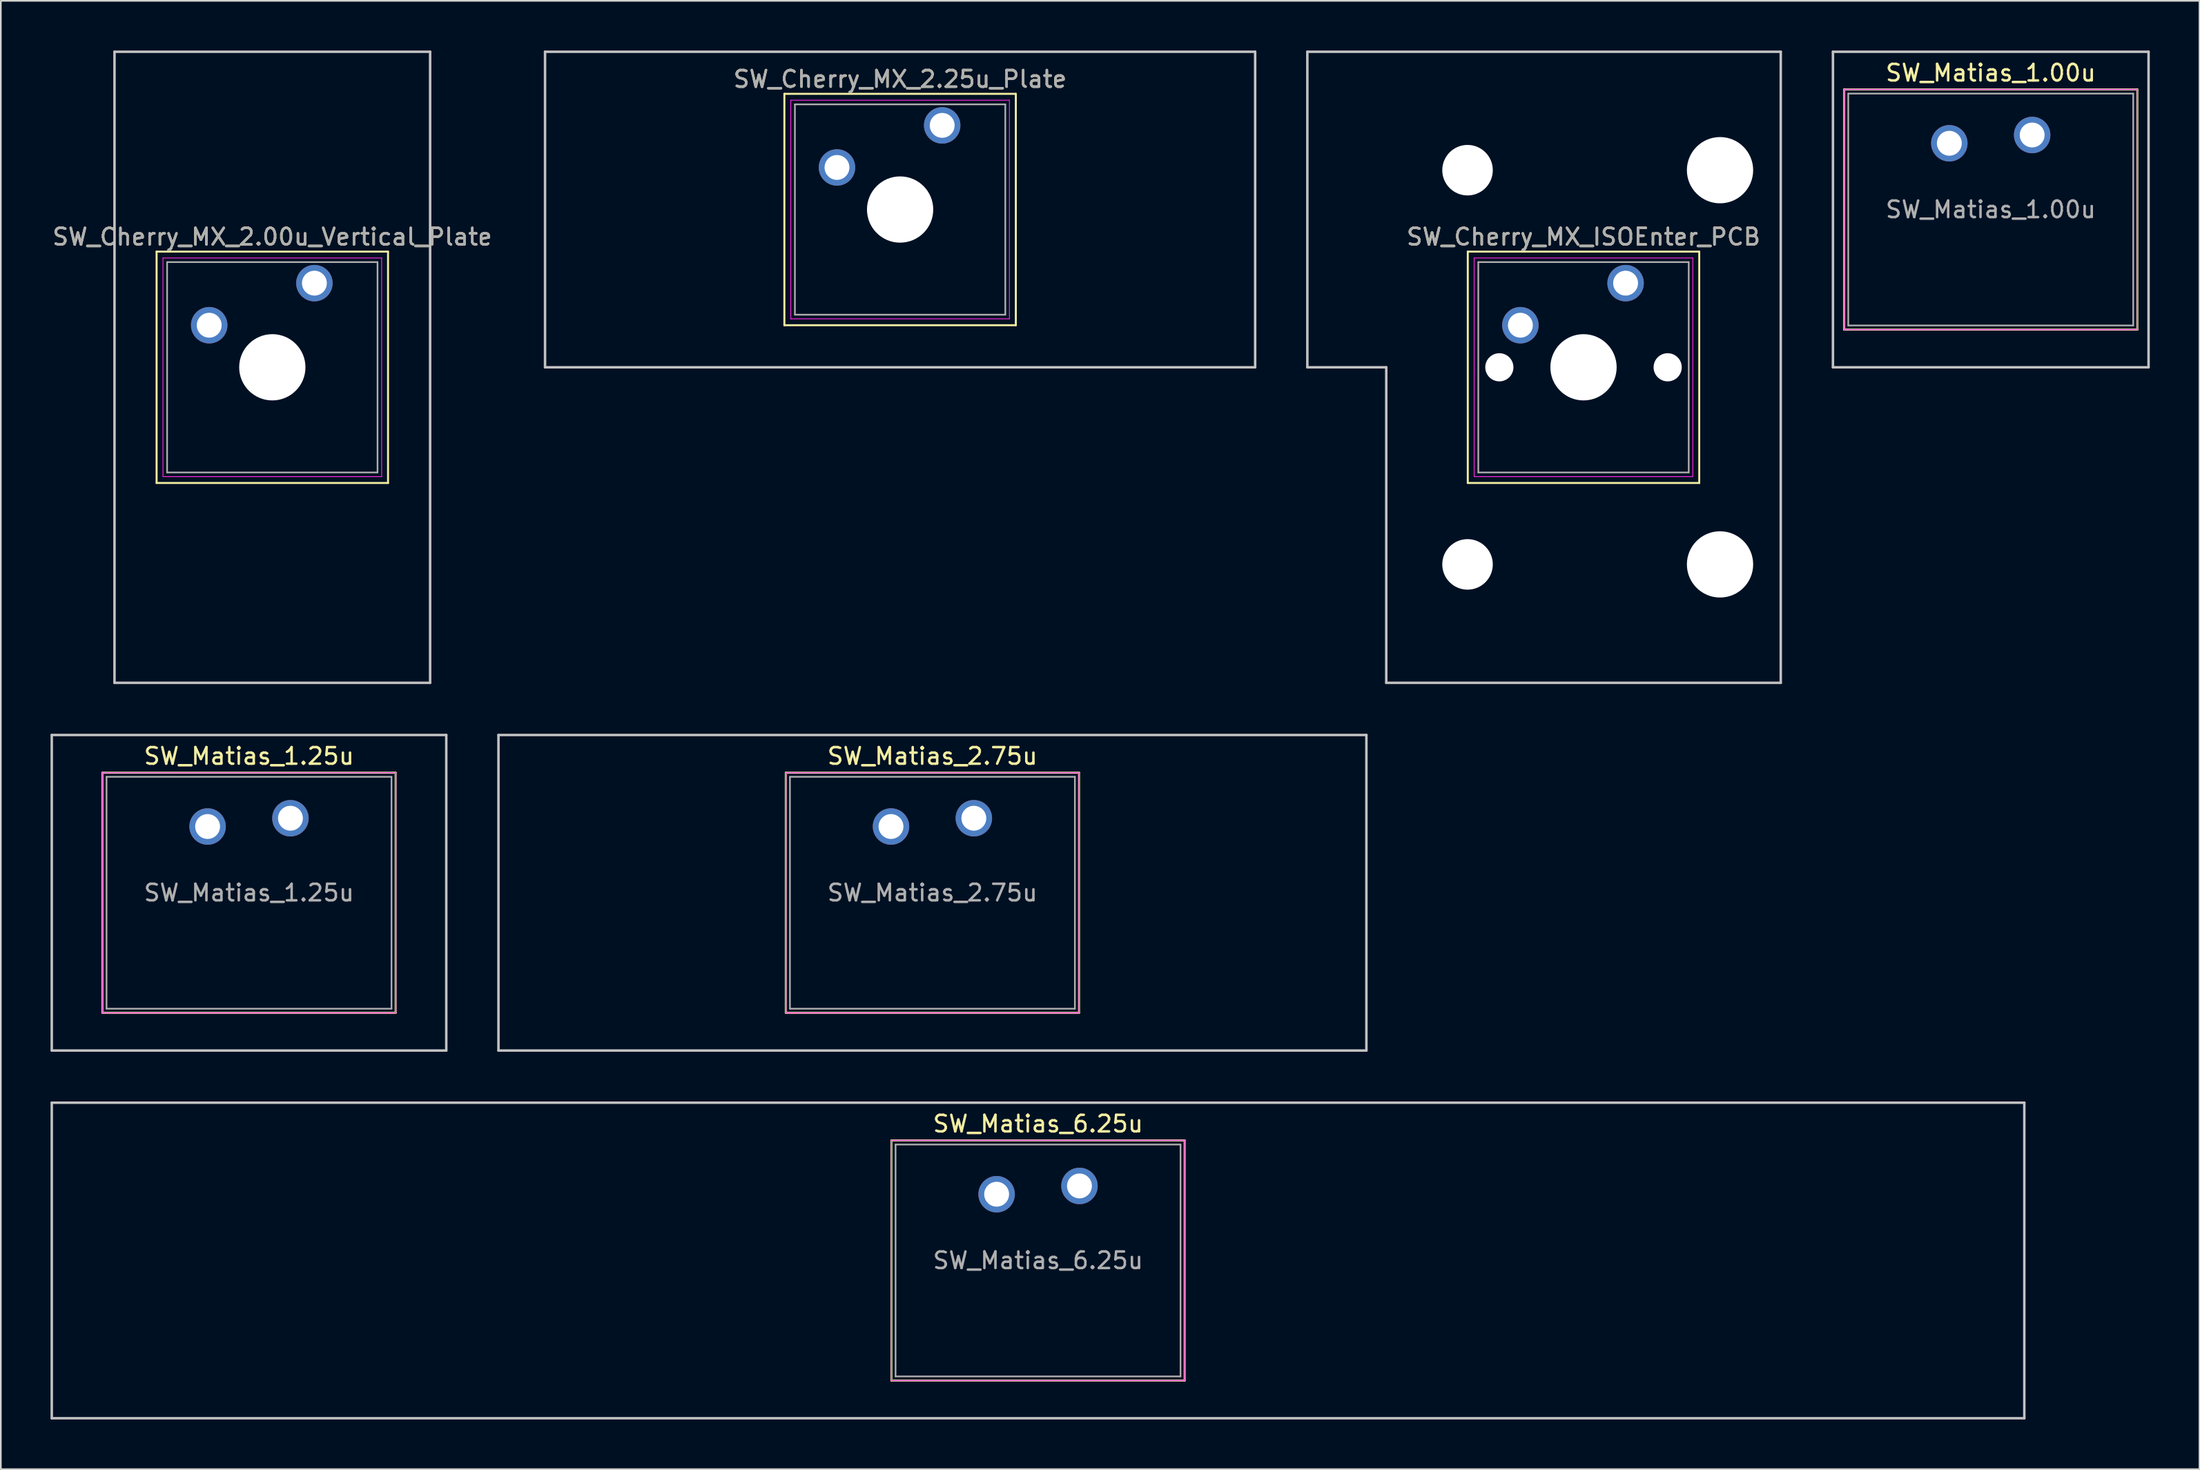
<source format=kicad_pcb>
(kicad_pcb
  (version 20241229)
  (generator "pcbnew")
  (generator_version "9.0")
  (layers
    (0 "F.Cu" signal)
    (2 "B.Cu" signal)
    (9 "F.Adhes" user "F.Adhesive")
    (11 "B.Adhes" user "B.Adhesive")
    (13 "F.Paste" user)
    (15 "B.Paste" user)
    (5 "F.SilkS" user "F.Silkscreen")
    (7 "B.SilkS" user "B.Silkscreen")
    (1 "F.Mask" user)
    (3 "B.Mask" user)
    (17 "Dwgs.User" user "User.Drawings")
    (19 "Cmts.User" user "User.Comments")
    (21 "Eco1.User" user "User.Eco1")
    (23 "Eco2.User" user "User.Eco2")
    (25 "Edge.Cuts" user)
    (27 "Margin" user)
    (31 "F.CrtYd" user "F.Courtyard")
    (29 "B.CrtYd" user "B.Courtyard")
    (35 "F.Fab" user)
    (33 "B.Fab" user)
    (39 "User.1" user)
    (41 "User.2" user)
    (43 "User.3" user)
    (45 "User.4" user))
  (footprint "SW_Cherry_MX_ISOEnter_PCB"
    (layer "F.Cu")
    (at 95.07 14.045)
    (property "Reference" "SW_Cherry_MX_ISOEnter_PCB" (at -2.54 -2.794 0) (layer "F.SilkS") (effects (font (size 1 1) (thickness 0.15))))
    (attr through_hole)
    (fp_line (start -9.525 -1.905) (end 4.445 -1.905) (stroke (width 0.12) (type solid)) (layer "F.SilkS"))
    (fp_line (start -9.525 12.065) (end -9.525 -1.905) (stroke (width 0.12) (type solid)) (layer "F.SilkS"))
    (fp_line (start 4.445 -1.905) (end 4.445 12.065) (stroke (width 0.12) (type solid)) (layer "F.SilkS"))
    (fp_line (start 4.445 12.065) (end -9.525 12.065) (stroke (width 0.12) (type solid)) (layer "F.SilkS"))
    (fp_line (start -19.209 -13.97) (end 9.366 -13.97) (stroke (width 0.15) (type solid)) (layer "Dwgs.User"))
    (fp_line (start -19.209 5.08) (end -19.209 -13.97) (stroke (width 0.15) (type solid)) (layer "Dwgs.User"))
    (fp_line (start -14.446 5.08) (end -19.209 5.08) (stroke (width 0.15) (type solid)) (layer "Dwgs.User"))
    (fp_line (start -14.446 24.13) (end -14.446 5.08) (stroke (width 0.15) (type solid)) (layer "Dwgs.User"))
    (fp_line (start 9.366 -13.97) (end 9.366 24.13) (stroke (width 0.15) (type solid)) (layer "Dwgs.User"))
    (fp_line (start 9.366 24.13) (end -14.446 24.13) (stroke (width 0.15) (type solid)) (layer "Dwgs.User"))
    (fp_line (start -9.14 -1.52) (end 4.06 -1.52) (stroke (width 0.05) (type solid)) (layer "F.CrtYd"))
    (fp_line (start -9.14 11.68) (end -9.14 -1.52) (stroke (width 0.05) (type solid)) (layer "F.CrtYd"))
    (fp_line (start 4.06 -1.52) (end 4.06 11.68) (stroke (width 0.05) (type solid)) (layer "F.CrtYd"))
    (fp_line (start 4.06 11.68) (end -9.14 11.68) (stroke (width 0.05) (type solid)) (layer "F.CrtYd"))
    (fp_line (start -8.89 -1.27) (end 3.81 -1.27) (stroke (width 0.1) (type solid)) (layer "F.Fab"))
    (fp_line (start -8.89 11.43) (end -8.89 -1.27) (stroke (width 0.1) (type solid)) (layer "F.Fab"))
    (fp_line (start 3.81 -1.27) (end 3.81 11.43) (stroke (width 0.1) (type solid)) (layer "F.Fab"))
    (fp_line (start 3.81 11.43) (end -8.89 11.43) (stroke (width 0.1) (type solid)) (layer "F.Fab"))
    (fp_text user "${REFERENCE}" (at -2.54 -2.794 0) (layer "F.Fab") (effects (font (size 1 1) (thickness 0.15))))
    (pad "" np_thru_hole circle (at -9.54 -6.82) (size 3.05 3.05) (drill 3.05) (layers "*.Cu" "*.Mask"))
    (pad "" np_thru_hole circle (at -9.54 16.98) (size 3.05 3.05) (drill 3.05) (layers "*.Cu" "*.Mask"))
    (pad "" np_thru_hole circle (at -7.62 5.08) (size 1.7 1.7) (drill 1.7) (layers "*.Cu" "*.Mask"))
    (pad "" np_thru_hole circle (at -2.54 5.08) (size 4 4) (drill 4) (layers "*.Cu" "*.Mask"))
    (pad "" np_thru_hole circle (at 2.54 5.08) (size 1.7 1.7) (drill 1.7) (layers "*.Cu" "*.Mask"))
    (pad "" np_thru_hole circle (at 5.7 -6.82) (size 4 4) (drill 4) (layers "*.Cu" "*.Mask"))
    (pad "" np_thru_hole circle (at 5.7 16.98) (size 4 4) (drill 4) (layers "*.Cu" "*.Mask"))
    (pad "1" thru_hole circle (at 0 0) (size 2.2 2.2) (drill 1.5) (layers "*.Cu" "*.Mask"))
    (pad "2" thru_hole circle (at -6.35 2.54) (size 2.2 2.2) (drill 1.5) (layers "*.Cu" "*.Mask")))
  (footprint "SW_Matias_1.25u"
    (layer "F.Cu")
    (at 14.481 46.35)
    (property "Reference" "SW_Matias_1.25u" (at -2.5 -3.75 0) (layer "F.SilkS") (effects (font (size 1 1) (thickness 0.15))))
    (attr through_hole)
    (fp_line (start -11.35 -2.75) (end 6.35 -2.75) (stroke (width 0.12) (type solid)) (layer "F.SilkS"))
    (fp_line (start -11.35 11.75) (end -11.35 -2.75) (stroke (width 0.12) (type solid)) (layer "F.SilkS"))
    (fp_line (start 6.35 -2.75) (end 6.35 11.75) (stroke (width 0.12) (type solid)) (layer "F.SilkS"))
    (fp_line (start 6.35 11.75) (end -11.35 11.75) (stroke (width 0.12) (type solid)) (layer "F.SilkS"))
    (fp_line (start -14.406 -5.025) (end 9.406 -5.025) (stroke (width 0.15) (type solid)) (layer "Dwgs.User"))
    (fp_line (start -14.406 14.025) (end -14.406 -5.025) (stroke (width 0.15) (type solid)) (layer "Dwgs.User"))
    (fp_line (start 9.406 -5.025) (end 9.406 14.025) (stroke (width 0.15) (type solid)) (layer "Dwgs.User"))
    (fp_line (start 9.406 14.025) (end -14.406 14.025) (stroke (width 0.15) (type solid)) (layer "Dwgs.User"))
    (fp_line (start -11.35 -2.75) (end -11.35 11.75) (stroke (width 0.05) (type solid)) (layer "F.CrtYd"))
    (fp_line (start -11.35 -2.75) (end 6.35 -2.75) (stroke (width 0.05) (type solid)) (layer "F.CrtYd"))
    (fp_line (start -11.35 11.75) (end 6.35 11.75) (stroke (width 0.05) (type solid)) (layer "F.CrtYd"))
    (fp_line (start 6.35 11.75) (end 6.35 -2.75) (stroke (width 0.05) (type solid)) (layer "F.CrtYd"))
    (fp_line (start -11.1 -2.5) (end 6.1 -2.5) (stroke (width 0.1) (type solid)) (layer "F.Fab"))
    (fp_line (start -11.1 11.5) (end -11.1 -2.5) (stroke (width 0.1) (type solid)) (layer "F.Fab"))
    (fp_line (start 6.1 -2.5) (end 6.1 11.5) (stroke (width 0.1) (type solid)) (layer "F.Fab"))
    (fp_line (start 6.1 11.5) (end -11.1 11.5) (stroke (width 0.1) (type solid)) (layer "F.Fab"))
    (fp_text user "${REFERENCE}" (at -2.5 4.5 0) (layer "F.Fab") (effects (font (size 1 1) (thickness 0.15))))
    (pad "1" thru_hole circle (at 0 0) (size 2.2 2.2) (drill 1.5) (layers "*.Cu" "*.Mask"))
    (pad "2" thru_hole circle (at -5 0.5) (size 2.2 2.2) (drill 1.5) (layers "*.Cu" "*.Mask")))
  (footprint "SW_Matias_6.25u"
    (layer "F.Cu")
    (at 62.106 68.55)
    (property "Reference" "SW_Matias_6.25u" (at -2.5 -3.75 0) (layer "F.SilkS") (effects (font (size 1 1) (thickness 0.15))))
    (attr through_hole)
    (fp_line (start -11.35 -2.75) (end 6.35 -2.75) (stroke (width 0.12) (type solid)) (layer "F.SilkS"))
    (fp_line (start -11.35 11.75) (end -11.35 -2.75) (stroke (width 0.12) (type solid)) (layer "F.SilkS"))
    (fp_line (start 6.35 -2.75) (end 6.35 11.75) (stroke (width 0.12) (type solid)) (layer "F.SilkS"))
    (fp_line (start 6.35 11.75) (end -11.35 11.75) (stroke (width 0.12) (type solid)) (layer "F.SilkS"))
    (fp_line (start -62.031 -5.025) (end 57.031 -5.025) (stroke (width 0.15) (type solid)) (layer "Dwgs.User"))
    (fp_line (start -62.031 14.025) (end -62.031 -5.025) (stroke (width 0.15) (type solid)) (layer "Dwgs.User"))
    (fp_line (start 57.031 -5.025) (end 57.031 14.025) (stroke (width 0.15) (type solid)) (layer "Dwgs.User"))
    (fp_line (start 57.031 14.025) (end -62.031 14.025) (stroke (width 0.15) (type solid)) (layer "Dwgs.User"))
    (fp_line (start -11.35 -2.75) (end -11.35 11.75) (stroke (width 0.05) (type solid)) (layer "F.CrtYd"))
    (fp_line (start -11.35 -2.75) (end 6.35 -2.75) (stroke (width 0.05) (type solid)) (layer "F.CrtYd"))
    (fp_line (start -11.35 11.75) (end 6.35 11.75) (stroke (width 0.05) (type solid)) (layer "F.CrtYd"))
    (fp_line (start 6.35 11.75) (end 6.35 -2.75) (stroke (width 0.05) (type solid)) (layer "F.CrtYd"))
    (fp_line (start -11.1 -2.5) (end 6.1 -2.5) (stroke (width 0.1) (type solid)) (layer "F.Fab"))
    (fp_line (start -11.1 11.5) (end -11.1 -2.5) (stroke (width 0.1) (type solid)) (layer "F.Fab"))
    (fp_line (start 6.1 -2.5) (end 6.1 11.5) (stroke (width 0.1) (type solid)) (layer "F.Fab"))
    (fp_line (start 6.1 11.5) (end -11.1 11.5) (stroke (width 0.1) (type solid)) (layer "F.Fab"))
    (fp_text user "${REFERENCE}" (at -2.5 4.5 0) (layer "F.Fab") (effects (font (size 1 1) (thickness 0.15))))
    (pad "1" thru_hole circle (at 0 0) (size 2.2 2.2) (drill 1.5) (layers "*.Cu" "*.Mask"))
    (pad "2" thru_hole circle (at -5 0.5) (size 2.2 2.2) (drill 1.5) (layers "*.Cu" "*.Mask")))
  (footprint "SW_Cherry_MX_2.00u_Vertical_Plate"
    (layer "F.Cu")
    (at 15.927 14.045)
    (property "Reference" "SW_Cherry_MX_2.00u_Vertical_Plate" (at -2.54 -2.794 0) (layer "F.SilkS") (effects (font (size 1 1) (thickness 0.15))))
    (attr through_hole)
    (fp_line (start -9.525 -1.905) (end 4.445 -1.905) (stroke (width 0.12) (type solid)) (layer "F.SilkS"))
    (fp_line (start -9.525 12.065) (end -9.525 -1.905) (stroke (width 0.12) (type solid)) (layer "F.SilkS"))
    (fp_line (start 4.445 -1.905) (end 4.445 12.065) (stroke (width 0.12) (type solid)) (layer "F.SilkS"))
    (fp_line (start 4.445 12.065) (end -9.525 12.065) (stroke (width 0.12) (type solid)) (layer "F.SilkS"))
    (fp_line (start -12.065 -13.97) (end 6.985 -13.97) (stroke (width 0.15) (type solid)) (layer "Dwgs.User"))
    (fp_line (start -12.065 24.13) (end -12.065 -13.97) (stroke (width 0.15) (type solid)) (layer "Dwgs.User"))
    (fp_line (start 6.985 -13.97) (end 6.985 24.13) (stroke (width 0.15) (type solid)) (layer "Dwgs.User"))
    (fp_line (start 6.985 24.13) (end -12.065 24.13) (stroke (width 0.15) (type solid)) (layer "Dwgs.User"))
    (fp_line (start -9.14 -1.52) (end 4.06 -1.52) (stroke (width 0.05) (type solid)) (layer "F.CrtYd"))
    (fp_line (start -9.14 11.68) (end -9.14 -1.52) (stroke (width 0.05) (type solid)) (layer "F.CrtYd"))
    (fp_line (start 4.06 -1.52) (end 4.06 11.68) (stroke (width 0.05) (type solid)) (layer "F.CrtYd"))
    (fp_line (start 4.06 11.68) (end -9.14 11.68) (stroke (width 0.05) (type solid)) (layer "F.CrtYd"))
    (fp_line (start -8.89 -1.27) (end 3.81 -1.27) (stroke (width 0.1) (type solid)) (layer "F.Fab"))
    (fp_line (start -8.89 11.43) (end -8.89 -1.27) (stroke (width 0.1) (type solid)) (layer "F.Fab"))
    (fp_line (start 3.81 -1.27) (end 3.81 11.43) (stroke (width 0.1) (type solid)) (layer "F.Fab"))
    (fp_line (start 3.81 11.43) (end -8.89 11.43) (stroke (width 0.1) (type solid)) (layer "F.Fab"))
    (fp_text user "${REFERENCE}" (at -2.54 -2.794 0) (layer "F.Fab") (effects (font (size 1 1) (thickness 0.15))))
    (pad "" np_thru_hole circle (at -2.54 5.08) (size 4 4) (drill 4) (layers "*.Cu" "*.Mask"))
    (pad "1" thru_hole circle (at 0 0) (size 2.2 2.2) (drill 1.5) (layers "*.Cu" "*.Mask"))
    (pad "2" thru_hole circle (at -6.35 2.54) (size 2.2 2.2) (drill 1.5) (layers "*.Cu" "*.Mask")))
  (footprint "SW_Cherry_MX_2.25u_Plate"
    (layer "F.Cu")
    (at 53.82 4.52)
    (property "Reference" "SW_Cherry_MX_2.25u_Plate" (at -2.54 -2.794 0) (layer "F.SilkS") (effects (font (size 1 1) (thickness 0.15))))
    (attr through_hole)
    (fp_line (start -9.525 -1.905) (end 4.445 -1.905) (stroke (width 0.12) (type solid)) (layer "F.SilkS"))
    (fp_line (start -9.525 12.065) (end -9.525 -1.905) (stroke (width 0.12) (type solid)) (layer "F.SilkS"))
    (fp_line (start 4.445 -1.905) (end 4.445 12.065) (stroke (width 0.12) (type solid)) (layer "F.SilkS"))
    (fp_line (start 4.445 12.065) (end -9.525 12.065) (stroke (width 0.12) (type solid)) (layer "F.SilkS"))
    (fp_line (start -23.971 -4.445) (end 18.891 -4.445) (stroke (width 0.15) (type solid)) (layer "Dwgs.User"))
    (fp_line (start -23.971 14.605) (end -23.971 -4.445) (stroke (width 0.15) (type solid)) (layer "Dwgs.User"))
    (fp_line (start 18.891 -4.445) (end 18.891 14.605) (stroke (width 0.15) (type solid)) (layer "Dwgs.User"))
    (fp_line (start 18.891 14.605) (end -23.971 14.605) (stroke (width 0.15) (type solid)) (layer "Dwgs.User"))
    (fp_line (start -9.14 -1.52) (end 4.06 -1.52) (stroke (width 0.05) (type solid)) (layer "F.CrtYd"))
    (fp_line (start -9.14 11.68) (end -9.14 -1.52) (stroke (width 0.05) (type solid)) (layer "F.CrtYd"))
    (fp_line (start 4.06 -1.52) (end 4.06 11.68) (stroke (width 0.05) (type solid)) (layer "F.CrtYd"))
    (fp_line (start 4.06 11.68) (end -9.14 11.68) (stroke (width 0.05) (type solid)) (layer "F.CrtYd"))
    (fp_line (start -8.89 -1.27) (end 3.81 -1.27) (stroke (width 0.1) (type solid)) (layer "F.Fab"))
    (fp_line (start -8.89 11.43) (end -8.89 -1.27) (stroke (width 0.1) (type solid)) (layer "F.Fab"))
    (fp_line (start 3.81 -1.27) (end 3.81 11.43) (stroke (width 0.1) (type solid)) (layer "F.Fab"))
    (fp_line (start 3.81 11.43) (end -8.89 11.43) (stroke (width 0.1) (type solid)) (layer "F.Fab"))
    (fp_text user "${REFERENCE}" (at -2.54 -2.794 0) (layer "F.Fab") (effects (font (size 1 1) (thickness 0.15))))
    (pad "" np_thru_hole circle (at -2.54 5.08) (size 4 4) (drill 4) (layers "*.Cu" "*.Mask"))
    (pad "1" thru_hole circle (at 0 0) (size 2.2 2.2) (drill 1.5) (layers "*.Cu" "*.Mask"))
    (pad "2" thru_hole circle (at -6.35 2.54) (size 2.2 2.2) (drill 1.5) (layers "*.Cu" "*.Mask")))
  (footprint "SW_Matias_2.75u"
    (layer "F.Cu")
    (at 55.731 46.35)
    (property "Reference" "SW_Matias_2.75u" (at -2.5 -3.75 0) (layer "F.SilkS") (effects (font (size 1 1) (thickness 0.15))))
    (attr through_hole)
    (fp_line (start -11.35 -2.75) (end 6.35 -2.75) (stroke (width 0.12) (type solid)) (layer "F.SilkS"))
    (fp_line (start -11.35 11.75) (end -11.35 -2.75) (stroke (width 0.12) (type solid)) (layer "F.SilkS"))
    (fp_line (start 6.35 -2.75) (end 6.35 11.75) (stroke (width 0.12) (type solid)) (layer "F.SilkS"))
    (fp_line (start 6.35 11.75) (end -11.35 11.75) (stroke (width 0.12) (type solid)) (layer "F.SilkS"))
    (fp_line (start -28.694 -5.025) (end 23.694 -5.025) (stroke (width 0.15) (type solid)) (layer "Dwgs.User"))
    (fp_line (start -28.694 14.025) (end -28.694 -5.025) (stroke (width 0.15) (type solid)) (layer "Dwgs.User"))
    (fp_line (start 23.694 -5.025) (end 23.694 14.025) (stroke (width 0.15) (type solid)) (layer "Dwgs.User"))
    (fp_line (start 23.694 14.025) (end -28.694 14.025) (stroke (width 0.15) (type solid)) (layer "Dwgs.User"))
    (fp_line (start -11.35 -2.75) (end -11.35 11.75) (stroke (width 0.05) (type solid)) (layer "F.CrtYd"))
    (fp_line (start -11.35 -2.75) (end 6.35 -2.75) (stroke (width 0.05) (type solid)) (layer "F.CrtYd"))
    (fp_line (start -11.35 11.75) (end 6.35 11.75) (stroke (width 0.05) (type solid)) (layer "F.CrtYd"))
    (fp_line (start 6.35 11.75) (end 6.35 -2.75) (stroke (width 0.05) (type solid)) (layer "F.CrtYd"))
    (fp_line (start -11.1 -2.5) (end 6.1 -2.5) (stroke (width 0.1) (type solid)) (layer "F.Fab"))
    (fp_line (start -11.1 11.5) (end -11.1 -2.5) (stroke (width 0.1) (type solid)) (layer "F.Fab"))
    (fp_line (start 6.1 -2.5) (end 6.1 11.5) (stroke (width 0.1) (type solid)) (layer "F.Fab"))
    (fp_line (start 6.1 11.5) (end -11.1 11.5) (stroke (width 0.1) (type solid)) (layer "F.Fab"))
    (fp_text user "${REFERENCE}" (at -2.5 4.5 0) (layer "F.Fab") (effects (font (size 1 1) (thickness 0.15))))
    (pad "1" thru_hole circle (at 0 0) (size 2.2 2.2) (drill 1.5) (layers "*.Cu" "*.Mask"))
    (pad "2" thru_hole circle (at -5 0.5) (size 2.2 2.2) (drill 1.5) (layers "*.Cu" "*.Mask")))
  (footprint "SW_Matias_1.00u"
    (layer "F.Cu")
    (at 119.611 5.1)
    (property "Reference" "SW_Matias_1.00u" (at -2.5 -3.75 0) (layer "F.SilkS") (effects (font (size 1 1) (thickness 0.15))))
    (attr through_hole)
    (fp_line (start -11.35 -2.75) (end 6.35 -2.75) (stroke (width 0.12) (type solid)) (layer "F.SilkS"))
    (fp_line (start -11.35 11.75) (end -11.35 -2.75) (stroke (width 0.12) (type solid)) (layer "F.SilkS"))
    (fp_line (start 6.35 -2.75) (end 6.35 11.75) (stroke (width 0.12) (type solid)) (layer "F.SilkS"))
    (fp_line (start 6.35 11.75) (end -11.35 11.75) (stroke (width 0.12) (type solid)) (layer "F.SilkS"))
    (fp_line (start -12.025 -5.025) (end 7.025 -5.025) (stroke (width 0.15) (type solid)) (layer "Dwgs.User"))
    (fp_line (start -12.025 14.025) (end -12.025 -5.025) (stroke (width 0.15) (type solid)) (layer "Dwgs.User"))
    (fp_line (start 7.025 -5.025) (end 7.025 14.025) (stroke (width 0.15) (type solid)) (layer "Dwgs.User"))
    (fp_line (start 7.025 14.025) (end -12.025 14.025) (stroke (width 0.15) (type solid)) (layer "Dwgs.User"))
    (fp_line (start -11.35 -2.75) (end -11.35 11.75) (stroke (width 0.05) (type solid)) (layer "F.CrtYd"))
    (fp_line (start -11.35 -2.75) (end 6.35 -2.75) (stroke (width 0.05) (type solid)) (layer "F.CrtYd"))
    (fp_line (start -11.35 11.75) (end 6.35 11.75) (stroke (width 0.05) (type solid)) (layer "F.CrtYd"))
    (fp_line (start 6.35 11.75) (end 6.35 -2.75) (stroke (width 0.05) (type solid)) (layer "F.CrtYd"))
    (fp_line (start -11.1 -2.5) (end 6.1 -2.5) (stroke (width 0.1) (type solid)) (layer "F.Fab"))
    (fp_line (start -11.1 11.5) (end -11.1 -2.5) (stroke (width 0.1) (type solid)) (layer "F.Fab"))
    (fp_line (start 6.1 -2.5) (end 6.1 11.5) (stroke (width 0.1) (type solid)) (layer "F.Fab"))
    (fp_line (start 6.1 11.5) (end -11.1 11.5) (stroke (width 0.1) (type solid)) (layer "F.Fab"))
    (fp_text user "${REFERENCE}" (at -2.5 4.5 0) (layer "F.Fab") (effects (font (size 1 1) (thickness 0.15))))
    (pad "1" thru_hole circle (at 0 0) (size 2.2 2.2) (drill 1.5) (layers "*.Cu" "*.Mask"))
    (pad "2" thru_hole circle (at -5 0.5) (size 2.2 2.2) (drill 1.5) (layers "*.Cu" "*.Mask")))
  (gr_rect
    (start -3 -3)
    (end 129.711 85.65)
    (stroke (width 0.1) (type default))
    (fill no)
    (layer "Edge.Cuts")))
</source>
